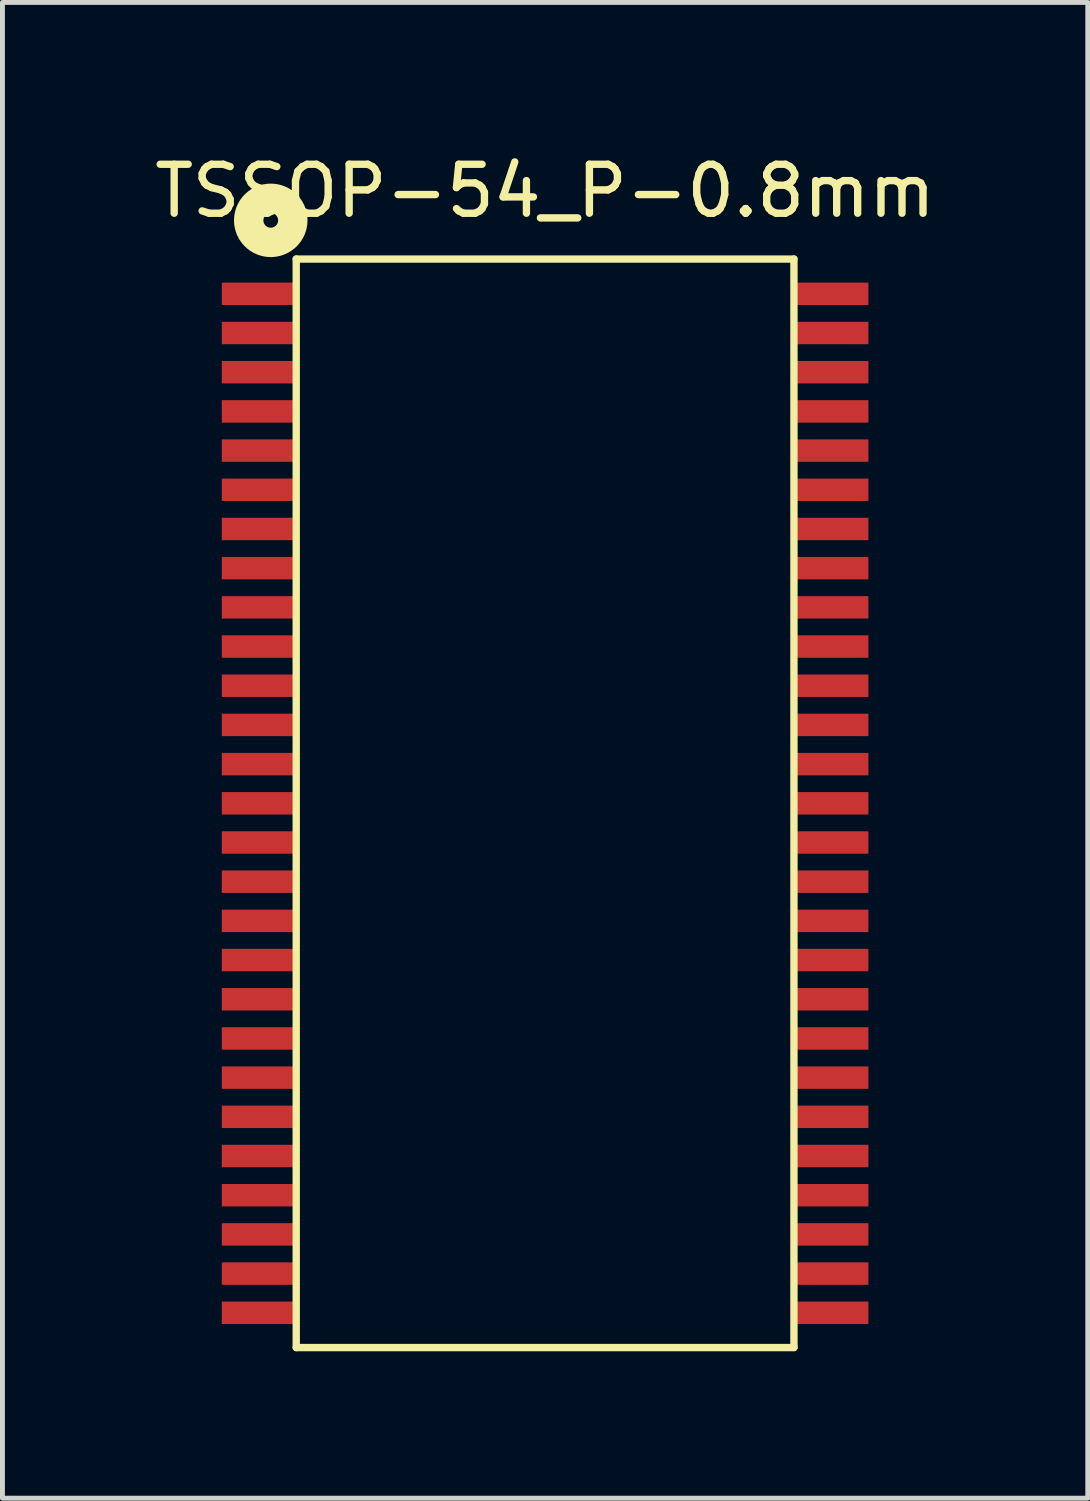
<source format=kicad_pcb>
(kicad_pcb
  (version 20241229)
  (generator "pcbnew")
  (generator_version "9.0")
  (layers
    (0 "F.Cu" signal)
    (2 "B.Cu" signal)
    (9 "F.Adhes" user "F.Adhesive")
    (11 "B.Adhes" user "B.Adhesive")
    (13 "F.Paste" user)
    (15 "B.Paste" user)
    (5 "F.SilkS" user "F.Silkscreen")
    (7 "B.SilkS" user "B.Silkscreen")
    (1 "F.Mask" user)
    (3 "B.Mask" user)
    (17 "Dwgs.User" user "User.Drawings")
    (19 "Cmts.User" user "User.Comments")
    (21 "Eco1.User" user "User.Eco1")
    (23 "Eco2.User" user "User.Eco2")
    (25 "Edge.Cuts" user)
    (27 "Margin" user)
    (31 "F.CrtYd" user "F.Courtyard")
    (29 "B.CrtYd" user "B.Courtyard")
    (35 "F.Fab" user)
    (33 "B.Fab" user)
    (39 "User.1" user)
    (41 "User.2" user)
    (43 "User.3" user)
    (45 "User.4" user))
  (footprint "TSSOP-54_P-0.8mm"
    (layer "F.Cu")
    (at 8.077 13.348)
    (property "Reference" "TSSOP-54_P-0.8mm" (at 0 -12.5 0) (layer "F.SilkS") (effects (font (size 1 1) (thickness 0.15))))
    (attr through_hole)
    (fp_line (start -5.08 -11.11) (end 5.08 -11.11) (stroke (width 0.15) (type solid)) (layer "F.SilkS"))
    (fp_line (start -5.08 11.11) (end -5.08 -11.11) (stroke (width 0.15) (type solid)) (layer "F.SilkS"))
    (fp_line (start 5.08 -11.11) (end 5.08 11.11) (stroke (width 0.15) (type solid)) (layer "F.SilkS"))
    (fp_line (start 5.08 11.11) (end -5.08 11.11) (stroke (width 0.15) (type solid)) (layer "F.SilkS"))
    (fp_circle (center -5.6 -11.9) (end -5.45 -11.9) (stroke (width 0.6) (type solid)) (fill no) (layer "F.SilkS"))
    (pad "1" smd rect (at -5.84 -10.4) (size 1.52 0.458) (layers "F.Cu" "F.Mask" "F.Paste"))
    (pad "2" smd rect (at -5.84 -9.6) (size 1.52 0.458) (layers "F.Cu" "F.Mask" "F.Paste"))
    (pad "3" smd rect (at -5.84 -8.8) (size 1.52 0.458) (layers "F.Cu" "F.Mask" "F.Paste"))
    (pad "4" smd rect (at -5.84 -8) (size 1.52 0.458) (layers "F.Cu" "F.Mask" "F.Paste"))
    (pad "5" smd rect (at -5.84 -7.2) (size 1.52 0.458) (layers "F.Cu" "F.Mask" "F.Paste"))
    (pad "6" smd rect (at -5.84 -6.4) (size 1.52 0.458) (layers "F.Cu" "F.Mask" "F.Paste"))
    (pad "7" smd rect (at -5.84 -5.6) (size 1.52 0.458) (layers "F.Cu" "F.Mask" "F.Paste"))
    (pad "8" smd rect (at -5.84 -4.8) (size 1.52 0.458) (layers "F.Cu" "F.Mask" "F.Paste"))
    (pad "9" smd rect (at -5.84 -4) (size 1.52 0.458) (layers "F.Cu" "F.Mask" "F.Paste"))
    (pad "10" smd rect (at -5.84 -3.2) (size 1.52 0.458) (layers "F.Cu" "F.Mask" "F.Paste"))
    (pad "11" smd rect (at -5.84 -2.4) (size 1.52 0.458) (layers "F.Cu" "F.Mask" "F.Paste"))
    (pad "12" smd rect (at -5.84 -1.6) (size 1.52 0.458) (layers "F.Cu" "F.Mask" "F.Paste"))
    (pad "13" smd rect (at -5.84 -0.8) (size 1.52 0.458) (layers "F.Cu" "F.Mask" "F.Paste"))
    (pad "14" smd rect (at -5.84 0) (size 1.52 0.458) (layers "F.Cu" "F.Mask" "F.Paste"))
    (pad "15" smd rect (at -5.84 0.8) (size 1.52 0.458) (layers "F.Cu" "F.Mask" "F.Paste"))
    (pad "16" smd rect (at -5.84 1.6) (size 1.52 0.458) (layers "F.Cu" "F.Mask" "F.Paste"))
    (pad "17" smd rect (at -5.84 2.4) (size 1.52 0.458) (layers "F.Cu" "F.Mask" "F.Paste"))
    (pad "18" smd rect (at -5.84 3.2) (size 1.52 0.458) (layers "F.Cu" "F.Mask" "F.Paste"))
    (pad "19" smd rect (at -5.84 4) (size 1.52 0.458) (layers "F.Cu" "F.Mask" "F.Paste"))
    (pad "20" smd rect (at -5.84 4.8) (size 1.52 0.458) (layers "F.Cu" "F.Mask" "F.Paste"))
    (pad "21" smd rect (at -5.84 5.6) (size 1.52 0.458) (layers "F.Cu" "F.Mask" "F.Paste"))
    (pad "22" smd rect (at -5.84 6.4) (size 1.52 0.458) (layers "F.Cu" "F.Mask" "F.Paste"))
    (pad "23" smd rect (at -5.84 7.2) (size 1.52 0.458) (layers "F.Cu" "F.Mask" "F.Paste"))
    (pad "24" smd rect (at -5.84 8) (size 1.52 0.458) (layers "F.Cu" "F.Mask" "F.Paste"))
    (pad "25" smd rect (at -5.84 8.8) (size 1.52 0.458) (layers "F.Cu" "F.Mask" "F.Paste"))
    (pad "26" smd rect (at -5.84 9.6) (size 1.52 0.458) (layers "F.Cu" "F.Mask" "F.Paste"))
    (pad "27" smd rect (at -5.84 10.4) (size 1.52 0.458) (layers "F.Cu" "F.Mask" "F.Paste"))
    (pad "28" smd rect (at 5.84 10.4) (size 1.52 0.458) (layers "F.Cu" "F.Mask" "F.Paste"))
    (pad "29" smd rect (at 5.84 9.6) (size 1.52 0.458) (layers "F.Cu" "F.Mask" "F.Paste"))
    (pad "30" smd rect (at 5.84 8.8) (size 1.52 0.458) (layers "F.Cu" "F.Mask" "F.Paste"))
    (pad "31" smd rect (at 5.84 8) (size 1.52 0.458) (layers "F.Cu" "F.Mask" "F.Paste"))
    (pad "32" smd rect (at 5.84 7.2) (size 1.52 0.458) (layers "F.Cu" "F.Mask" "F.Paste"))
    (pad "33" smd rect (at 5.84 6.4) (size 1.52 0.458) (layers "F.Cu" "F.Mask" "F.Paste"))
    (pad "34" smd rect (at 5.84 5.6) (size 1.52 0.458) (layers "F.Cu" "F.Mask" "F.Paste"))
    (pad "35" smd rect (at 5.84 4.8) (size 1.52 0.458) (layers "F.Cu" "F.Mask" "F.Paste"))
    (pad "36" smd rect (at 5.84 4) (size 1.52 0.458) (layers "F.Cu" "F.Mask" "F.Paste"))
    (pad "37" smd rect (at 5.84 3.2) (size 1.52 0.458) (layers "F.Cu" "F.Mask" "F.Paste"))
    (pad "38" smd rect (at 5.84 2.4) (size 1.52 0.458) (layers "F.Cu" "F.Mask" "F.Paste"))
    (pad "39" smd rect (at 5.84 1.6) (size 1.52 0.458) (layers "F.Cu" "F.Mask" "F.Paste"))
    (pad "40" smd rect (at 5.84 0.8) (size 1.52 0.458) (layers "F.Cu" "F.Mask" "F.Paste"))
    (pad "41" smd rect (at 5.84 0) (size 1.52 0.458) (layers "F.Cu" "F.Mask" "F.Paste"))
    (pad "42" smd rect (at 5.84 -0.8) (size 1.52 0.458) (layers "F.Cu" "F.Mask" "F.Paste"))
    (pad "43" smd rect (at 5.84 -1.6) (size 1.52 0.458) (layers "F.Cu" "F.Mask" "F.Paste"))
    (pad "44" smd rect (at 5.84 -2.4) (size 1.52 0.458) (layers "F.Cu" "F.Mask" "F.Paste"))
    (pad "45" smd rect (at 5.84 -3.2) (size 1.52 0.458) (layers "F.Cu" "F.Mask" "F.Paste"))
    (pad "46" smd rect (at 5.84 -4) (size 1.52 0.458) (layers "F.Cu" "F.Mask" "F.Paste"))
    (pad "47" smd rect (at 5.84 -4.8) (size 1.52 0.458) (layers "F.Cu" "F.Mask" "F.Paste"))
    (pad "48" smd rect (at 5.84 -5.6) (size 1.52 0.458) (layers "F.Cu" "F.Mask" "F.Paste"))
    (pad "49" smd rect (at 5.84 -6.4) (size 1.52 0.458) (layers "F.Cu" "F.Mask" "F.Paste"))
    (pad "50" smd rect (at 5.84 -7.2) (size 1.52 0.458) (layers "F.Cu" "F.Mask" "F.Paste"))
    (pad "51" smd rect (at 5.84 -8) (size 1.52 0.458) (layers "F.Cu" "F.Mask" "F.Paste"))
    (pad "52" smd rect (at 5.84 -8.8) (size 1.52 0.458) (layers "F.Cu" "F.Mask" "F.Paste"))
    (pad "53" smd rect (at 5.84 -9.6) (size 1.52 0.458) (layers "F.Cu" "F.Mask" "F.Paste"))
    (pad "54" smd rect (at 5.84 -10.4) (size 1.52 0.458) (layers "F.Cu" "F.Mask" "F.Paste")))
  (gr_rect
    (start -3 -3)
    (end 19.155 27.533)
    (stroke (width 0.1) (type default))
    (fill no)
    (layer "Edge.Cuts")))
</source>
